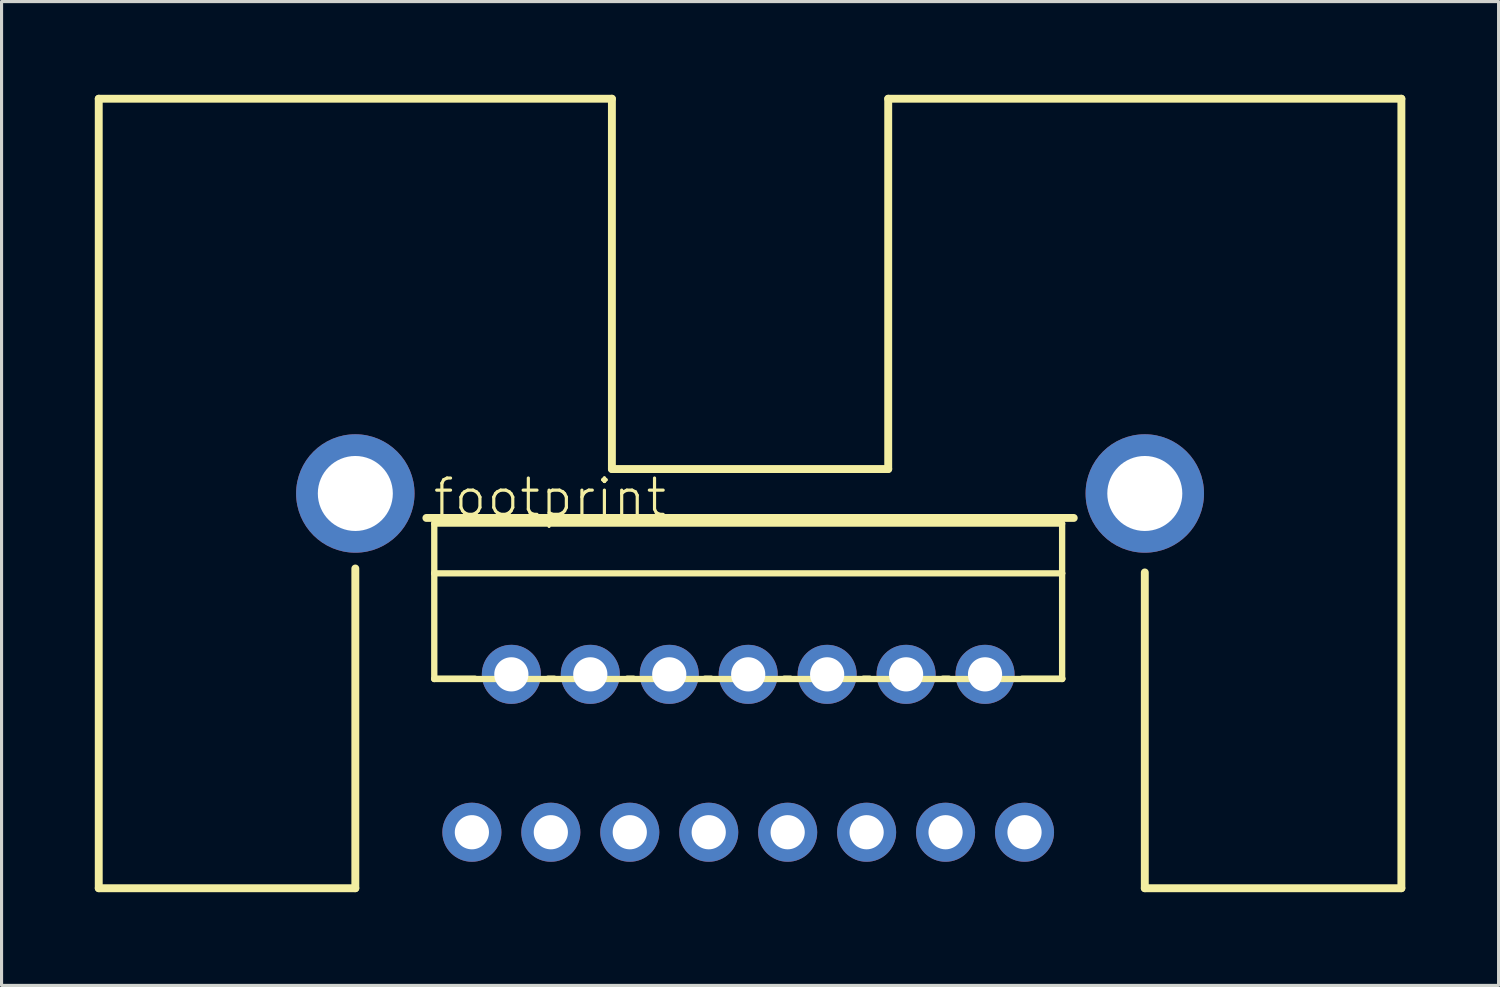
<source format=kicad_pcb>
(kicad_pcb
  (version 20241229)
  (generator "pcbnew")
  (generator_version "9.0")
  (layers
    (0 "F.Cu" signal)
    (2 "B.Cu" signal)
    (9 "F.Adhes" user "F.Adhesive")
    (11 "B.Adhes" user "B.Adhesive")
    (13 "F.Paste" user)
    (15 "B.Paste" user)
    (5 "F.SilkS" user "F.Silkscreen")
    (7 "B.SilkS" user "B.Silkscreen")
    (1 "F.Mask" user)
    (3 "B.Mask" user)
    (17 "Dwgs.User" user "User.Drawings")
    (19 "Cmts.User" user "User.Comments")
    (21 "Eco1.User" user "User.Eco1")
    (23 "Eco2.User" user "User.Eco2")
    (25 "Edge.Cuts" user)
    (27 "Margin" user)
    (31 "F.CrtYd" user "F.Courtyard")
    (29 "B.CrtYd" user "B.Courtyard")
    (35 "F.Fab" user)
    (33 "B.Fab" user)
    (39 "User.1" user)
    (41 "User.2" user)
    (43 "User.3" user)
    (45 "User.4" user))
  (footprint "footprint"
    (layer "F.Cu")
    (at 21.082 21.336)
    (property "Reference" "footprint" (at -10.26 -7.69 0) (layer "F.SilkS") (effects (font (size 1.168 1.168) (thickness 0.102)) (justify left bottom)))
    (fp_line (start -20.955 -21.209) (end -4.445 -21.209) (stroke (width 0.254) (type solid)) (layer "F.SilkS"))
    (fp_line (start -20.955 4.191) (end -20.955 -21.209) (stroke (width 0.254) (type solid)) (layer "F.SilkS"))
    (fp_line (start -12.7 -6.096) (end -12.7 4.191) (stroke (width 0.254) (type solid)) (layer "F.SilkS"))
    (fp_line (start -12.7 4.191) (end -20.955 4.191) (stroke (width 0.254) (type solid)) (layer "F.SilkS"))
    (fp_line (start -10.414 -7.722) (end 10.414 -7.722) (stroke (width 0.254) (type solid)) (layer "F.SilkS"))
    (fp_line (start -10.16 -7.54) (end 10.04 -7.54) (stroke (width 0.203) (type solid)) (layer "F.SilkS"))
    (fp_line (start -10.16 -5.94) (end -10.16 -7.54) (stroke (width 0.203) (type solid)) (layer "F.SilkS"))
    (fp_line (start -10.16 -5.94) (end 10.04 -5.94) (stroke (width 0.203) (type solid)) (layer "F.SilkS"))
    (fp_line (start -10.16 -2.54) (end -10.16 -5.94) (stroke (width 0.203) (type solid)) (layer "F.SilkS"))
    (fp_line (start -10.15 -2.55) (end -8.85 -2.55) (stroke (width 0.203) (type solid)) (layer "F.SilkS"))
    (fp_line (start -6.5 -2.55) (end -6.3 -2.55) (stroke (width 0.203) (type solid)) (layer "F.SilkS"))
    (fp_line (start -4.445 -21.209) (end -4.445 -9.296) (stroke (width 0.254) (type solid)) (layer "F.SilkS"))
    (fp_line (start -4.445 -9.296) (end 4.445 -9.296) (stroke (width 0.254) (type solid)) (layer "F.SilkS"))
    (fp_line (start -3.95 -2.55) (end -3.75 -2.55) (stroke (width 0.203) (type solid)) (layer "F.SilkS"))
    (fp_line (start -1.45 -2.55) (end -1.25 -2.55) (stroke (width 0.203) (type solid)) (layer "F.SilkS"))
    (fp_line (start 1.1 -2.55) (end 1.3 -2.55) (stroke (width 0.203) (type solid)) (layer "F.SilkS"))
    (fp_line (start 3.65 -2.55) (end 3.85 -2.55) (stroke (width 0.203) (type solid)) (layer "F.SilkS"))
    (fp_line (start 4.445 -21.209) (end 20.955 -21.209) (stroke (width 0.254) (type solid)) (layer "F.SilkS"))
    (fp_line (start 4.445 -9.296) (end 4.445 -21.209) (stroke (width 0.254) (type solid)) (layer "F.SilkS"))
    (fp_line (start 6.2 -2.55) (end 6.4 -2.55) (stroke (width 0.203) (type solid)) (layer "F.SilkS"))
    (fp_line (start 10.04 -7.54) (end 10.04 -5.94) (stroke (width 0.203) (type solid)) (layer "F.SilkS"))
    (fp_line (start 10.04 -5.94) (end 10.04 -2.54) (stroke (width 0.203) (type solid)) (layer "F.SilkS"))
    (fp_line (start 10.04 -2.54) (end -10.16 -2.54) (stroke (width 0.203) (type solid)) (layer "F.SilkS"))
    (fp_line (start 10.05 -2.55) (end 8.75 -2.55) (stroke (width 0.203) (type solid)) (layer "F.SilkS"))
    (fp_line (start 12.7 -5.969) (end 12.7 4.191) (stroke (width 0.254) (type solid)) (layer "F.SilkS"))
    (fp_line (start 12.7 4.191) (end 20.955 4.191) (stroke (width 0.254) (type solid)) (layer "F.SilkS"))
    (fp_line (start 20.955 4.191) (end 20.955 -21.209) (stroke (width 0.254) (type solid)) (layer "F.SilkS"))
    (pad "1" thru_hole circle (at -8.95 2.39) (size 1.9 1.9) (drill 1.1) (layers "*.Cu" "*.Mask"))
    (pad "2" thru_hole circle (at -7.68 -2.69) (size 1.9 1.9) (drill 1.1) (layers "*.Cu" "*.Mask"))
    (pad "3" thru_hole circle (at -6.41 2.39) (size 1.9 1.9) (drill 1.1) (layers "*.Cu" "*.Mask"))
    (pad "4" thru_hole circle (at -5.14 -2.69) (size 1.9 1.9) (drill 1.1) (layers "*.Cu" "*.Mask"))
    (pad "5" thru_hole circle (at -3.87 2.39) (size 1.9 1.9) (drill 1.1) (layers "*.Cu" "*.Mask"))
    (pad "6" thru_hole circle (at -2.6 -2.69) (size 1.9 1.9) (drill 1.1) (layers "*.Cu" "*.Mask"))
    (pad "7" thru_hole circle (at -1.33 2.39) (size 1.9 1.9) (drill 1.1) (layers "*.Cu" "*.Mask"))
    (pad "8" thru_hole circle (at -0.06 -2.69) (size 1.9 1.9) (drill 1.1) (layers "*.Cu" "*.Mask"))
    (pad "9" thru_hole circle (at 1.21 2.39) (size 1.9 1.9) (drill 1.1) (layers "*.Cu" "*.Mask"))
    (pad "10" thru_hole circle (at 2.48 -2.69) (size 1.9 1.9) (drill 1.1) (layers "*.Cu" "*.Mask"))
    (pad "11" thru_hole circle (at 3.75 2.39) (size 1.9 1.9) (drill 1.1) (layers "*.Cu" "*.Mask"))
    (pad "12" thru_hole circle (at 5.02 -2.69) (size 1.9 1.9) (drill 1.1) (layers "*.Cu" "*.Mask"))
    (pad "13" thru_hole circle (at 6.29 2.39) (size 1.9 1.9) (drill 1.1) (layers "*.Cu" "*.Mask"))
    (pad "14" thru_hole circle (at 7.56 -2.69) (size 1.9 1.9) (drill 1.1) (layers "*.Cu" "*.Mask"))
    (pad "15" thru_hole circle (at 8.83 2.39) (size 1.9 1.9) (drill 1.1) (layers "*.Cu" "*.Mask"))
    (pad "P$1" thru_hole circle (at -12.7 -8.509) (size 3.81 3.81) (drill 2.413) (layers "*.Cu" "*.Mask"))
    (pad "P$2" thru_hole circle (at 12.7 -8.509) (size 3.81 3.81) (drill 2.413) (layers "*.Cu" "*.Mask")))
  (gr_rect
    (start -3 -3)
    (end 45.164 28.654)
    (stroke (width 0.1) (type default))
    (fill no)
    (layer "Edge.Cuts")))
</source>
